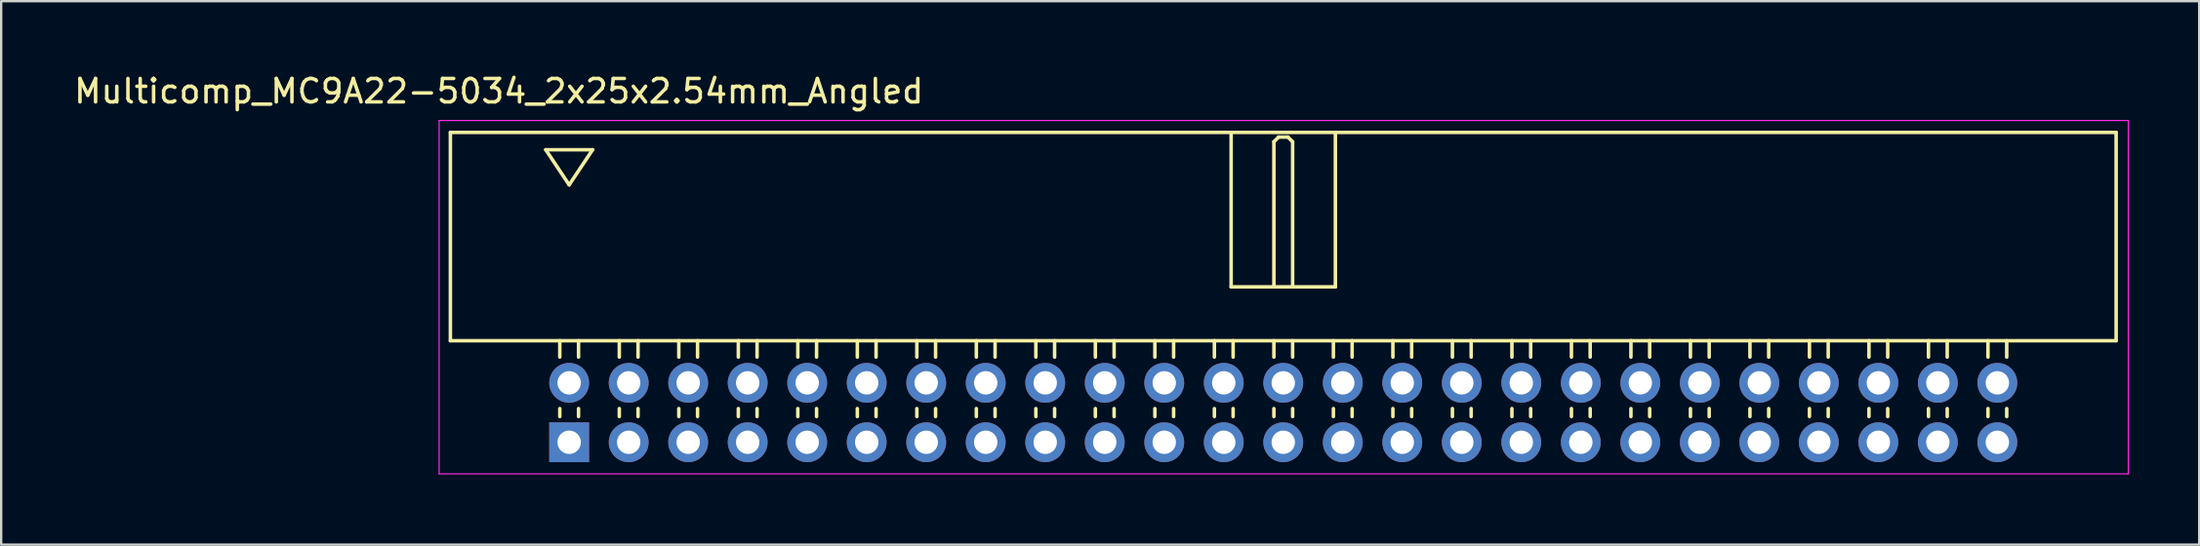
<source format=kicad_pcb>
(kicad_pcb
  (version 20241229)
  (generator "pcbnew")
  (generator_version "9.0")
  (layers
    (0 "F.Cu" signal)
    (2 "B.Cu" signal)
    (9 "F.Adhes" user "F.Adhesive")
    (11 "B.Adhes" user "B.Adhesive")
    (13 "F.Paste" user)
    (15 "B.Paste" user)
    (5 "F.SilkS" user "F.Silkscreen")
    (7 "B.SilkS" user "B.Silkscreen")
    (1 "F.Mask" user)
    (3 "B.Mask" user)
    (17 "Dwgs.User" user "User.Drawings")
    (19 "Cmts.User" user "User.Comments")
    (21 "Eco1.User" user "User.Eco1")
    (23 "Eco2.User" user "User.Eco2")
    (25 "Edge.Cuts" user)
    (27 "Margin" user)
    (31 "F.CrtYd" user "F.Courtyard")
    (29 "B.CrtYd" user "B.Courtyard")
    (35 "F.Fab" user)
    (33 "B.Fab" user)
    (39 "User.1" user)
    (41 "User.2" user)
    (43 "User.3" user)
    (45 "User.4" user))
  (footprint "Multicomp_MC9A22-5034_2x25x2.54mm_Angled"
    (layer "F.Cu")
    (at 21.244 15.848)
    (property "Reference" "Multicomp_MC9A22-5034_2x25x2.54mm_Angled" (at -3 -15 0) (layer "F.SilkS") (effects (font (size 1 1) (thickness 0.15))))
    (attr through_hole)
    (fp_line (start -5.07 -13.24) (end 66.03 -13.24) (stroke (width 0.15) (type solid)) (layer "F.SilkS"))
    (fp_line (start -5.07 -4.34) (end -5.07 -13.24) (stroke (width 0.15) (type solid)) (layer "F.SilkS"))
    (fp_line (start -1 -12.5) (end 1 -12.5) (stroke (width 0.15) (type solid)) (layer "F.SilkS"))
    (fp_line (start -0.4 -3.64) (end -0.4 -4.34) (stroke (width 0.15) (type solid)) (layer "F.SilkS"))
    (fp_line (start -0.4 -1.1) (end -0.4 -1.44) (stroke (width 0.15) (type solid)) (layer "F.SilkS"))
    (fp_line (start 0 -11) (end -1 -12.5) (stroke (width 0.15) (type solid)) (layer "F.SilkS"))
    (fp_line (start 0.4 -3.64) (end 0.4 -4.34) (stroke (width 0.15) (type solid)) (layer "F.SilkS"))
    (fp_line (start 0.4 -1.1) (end 0.4 -1.44) (stroke (width 0.15) (type solid)) (layer "F.SilkS"))
    (fp_line (start 1 -12.5) (end 0 -11) (stroke (width 0.15) (type solid)) (layer "F.SilkS"))
    (fp_line (start 2.14 -3.64) (end 2.14 -4.34) (stroke (width 0.15) (type solid)) (layer "F.SilkS"))
    (fp_line (start 2.14 -1.1) (end 2.14 -1.44) (stroke (width 0.15) (type solid)) (layer "F.SilkS"))
    (fp_line (start 2.94 -3.64) (end 2.94 -4.34) (stroke (width 0.15) (type solid)) (layer "F.SilkS"))
    (fp_line (start 2.94 -1.1) (end 2.94 -1.44) (stroke (width 0.15) (type solid)) (layer "F.SilkS"))
    (fp_line (start 4.68 -3.64) (end 4.68 -4.34) (stroke (width 0.15) (type solid)) (layer "F.SilkS"))
    (fp_line (start 4.68 -1.1) (end 4.68 -1.44) (stroke (width 0.15) (type solid)) (layer "F.SilkS"))
    (fp_line (start 5.48 -3.64) (end 5.48 -4.34) (stroke (width 0.15) (type solid)) (layer "F.SilkS"))
    (fp_line (start 5.48 -1.1) (end 5.48 -1.44) (stroke (width 0.15) (type solid)) (layer "F.SilkS"))
    (fp_line (start 7.22 -3.64) (end 7.22 -4.34) (stroke (width 0.15) (type solid)) (layer "F.SilkS"))
    (fp_line (start 7.22 -1.1) (end 7.22 -1.44) (stroke (width 0.15) (type solid)) (layer "F.SilkS"))
    (fp_line (start 8.02 -3.64) (end 8.02 -4.34) (stroke (width 0.15) (type solid)) (layer "F.SilkS"))
    (fp_line (start 8.02 -1.1) (end 8.02 -1.44) (stroke (width 0.15) (type solid)) (layer "F.SilkS"))
    (fp_line (start 9.76 -3.64) (end 9.76 -4.34) (stroke (width 0.15) (type solid)) (layer "F.SilkS"))
    (fp_line (start 9.76 -1.1) (end 9.76 -1.44) (stroke (width 0.15) (type solid)) (layer "F.SilkS"))
    (fp_line (start 10.56 -3.64) (end 10.56 -4.34) (stroke (width 0.15) (type solid)) (layer "F.SilkS"))
    (fp_line (start 10.56 -1.1) (end 10.56 -1.44) (stroke (width 0.15) (type solid)) (layer "F.SilkS"))
    (fp_line (start 12.3 -3.64) (end 12.3 -4.34) (stroke (width 0.15) (type solid)) (layer "F.SilkS"))
    (fp_line (start 12.3 -1.1) (end 12.3 -1.44) (stroke (width 0.15) (type solid)) (layer "F.SilkS"))
    (fp_line (start 13.1 -3.64) (end 13.1 -4.34) (stroke (width 0.15) (type solid)) (layer "F.SilkS"))
    (fp_line (start 13.1 -1.1) (end 13.1 -1.44) (stroke (width 0.15) (type solid)) (layer "F.SilkS"))
    (fp_line (start 14.84 -3.64) (end 14.84 -4.34) (stroke (width 0.15) (type solid)) (layer "F.SilkS"))
    (fp_line (start 14.84 -1.1) (end 14.84 -1.44) (stroke (width 0.15) (type solid)) (layer "F.SilkS"))
    (fp_line (start 15.64 -3.64) (end 15.64 -4.34) (stroke (width 0.15) (type solid)) (layer "F.SilkS"))
    (fp_line (start 15.64 -1.1) (end 15.64 -1.44) (stroke (width 0.15) (type solid)) (layer "F.SilkS"))
    (fp_line (start 17.38 -3.64) (end 17.38 -4.34) (stroke (width 0.15) (type solid)) (layer "F.SilkS"))
    (fp_line (start 17.38 -1.1) (end 17.38 -1.44) (stroke (width 0.15) (type solid)) (layer "F.SilkS"))
    (fp_line (start 18.18 -3.64) (end 18.18 -4.34) (stroke (width 0.15) (type solid)) (layer "F.SilkS"))
    (fp_line (start 18.18 -1.1) (end 18.18 -1.44) (stroke (width 0.15) (type solid)) (layer "F.SilkS"))
    (fp_line (start 19.92 -3.64) (end 19.92 -4.34) (stroke (width 0.15) (type solid)) (layer "F.SilkS"))
    (fp_line (start 19.92 -1.1) (end 19.92 -1.44) (stroke (width 0.15) (type solid)) (layer "F.SilkS"))
    (fp_line (start 20.72 -3.64) (end 20.72 -4.34) (stroke (width 0.15) (type solid)) (layer "F.SilkS"))
    (fp_line (start 20.72 -1.1) (end 20.72 -1.44) (stroke (width 0.15) (type solid)) (layer "F.SilkS"))
    (fp_line (start 22.46 -3.64) (end 22.46 -4.34) (stroke (width 0.15) (type solid)) (layer "F.SilkS"))
    (fp_line (start 22.46 -1.1) (end 22.46 -1.44) (stroke (width 0.15) (type solid)) (layer "F.SilkS"))
    (fp_line (start 23.26 -3.64) (end 23.26 -4.34) (stroke (width 0.15) (type solid)) (layer "F.SilkS"))
    (fp_line (start 23.26 -1.1) (end 23.26 -1.44) (stroke (width 0.15) (type solid)) (layer "F.SilkS"))
    (fp_line (start 25 -3.64) (end 25 -4.34) (stroke (width 0.15) (type solid)) (layer "F.SilkS"))
    (fp_line (start 25 -1.1) (end 25 -1.44) (stroke (width 0.15) (type solid)) (layer "F.SilkS"))
    (fp_line (start 25.8 -3.64) (end 25.8 -4.34) (stroke (width 0.15) (type solid)) (layer "F.SilkS"))
    (fp_line (start 25.8 -1.1) (end 25.8 -1.44) (stroke (width 0.15) (type solid)) (layer "F.SilkS"))
    (fp_line (start 27.54 -3.64) (end 27.54 -4.34) (stroke (width 0.15) (type solid)) (layer "F.SilkS"))
    (fp_line (start 27.54 -1.1) (end 27.54 -1.44) (stroke (width 0.15) (type solid)) (layer "F.SilkS"))
    (fp_line (start 28.255 -13.24) (end 28.255 -6.64) (stroke (width 0.15) (type solid)) (layer "F.SilkS"))
    (fp_line (start 28.255 -6.64) (end 32.705 -6.64) (stroke (width 0.15) (type solid)) (layer "F.SilkS"))
    (fp_line (start 28.34 -3.64) (end 28.34 -4.34) (stroke (width 0.15) (type solid)) (layer "F.SilkS"))
    (fp_line (start 28.34 -1.1) (end 28.34 -1.44) (stroke (width 0.15) (type solid)) (layer "F.SilkS"))
    (fp_line (start 30.08 -12.84) (end 30.28 -13.04) (stroke (width 0.15) (type solid)) (layer "F.SilkS"))
    (fp_line (start 30.08 -6.64) (end 30.08 -12.84) (stroke (width 0.15) (type solid)) (layer "F.SilkS"))
    (fp_line (start 30.08 -3.64) (end 30.08 -4.34) (stroke (width 0.15) (type solid)) (layer "F.SilkS"))
    (fp_line (start 30.08 -1.1) (end 30.08 -1.44) (stroke (width 0.15) (type solid)) (layer "F.SilkS"))
    (fp_line (start 30.28 -13.04) (end 30.68 -13.04) (stroke (width 0.15) (type solid)) (layer "F.SilkS"))
    (fp_line (start 30.68 -13.04) (end 30.88 -12.84) (stroke (width 0.15) (type solid)) (layer "F.SilkS"))
    (fp_line (start 30.88 -12.84) (end 30.88 -6.64) (stroke (width 0.15) (type solid)) (layer "F.SilkS"))
    (fp_line (start 30.88 -3.64) (end 30.88 -4.34) (stroke (width 0.15) (type solid)) (layer "F.SilkS"))
    (fp_line (start 30.88 -1.1) (end 30.88 -1.44) (stroke (width 0.15) (type solid)) (layer "F.SilkS"))
    (fp_line (start 32.62 -3.64) (end 32.62 -4.34) (stroke (width 0.15) (type solid)) (layer "F.SilkS"))
    (fp_line (start 32.62 -1.1) (end 32.62 -1.44) (stroke (width 0.15) (type solid)) (layer "F.SilkS"))
    (fp_line (start 32.705 -6.64) (end 32.705 -13.24) (stroke (width 0.15) (type solid)) (layer "F.SilkS"))
    (fp_line (start 33.42 -3.64) (end 33.42 -4.34) (stroke (width 0.15) (type solid)) (layer "F.SilkS"))
    (fp_line (start 33.42 -1.1) (end 33.42 -1.44) (stroke (width 0.15) (type solid)) (layer "F.SilkS"))
    (fp_line (start 35.16 -3.64) (end 35.16 -4.34) (stroke (width 0.15) (type solid)) (layer "F.SilkS"))
    (fp_line (start 35.16 -1.1) (end 35.16 -1.44) (stroke (width 0.15) (type solid)) (layer "F.SilkS"))
    (fp_line (start 35.96 -3.64) (end 35.96 -4.34) (stroke (width 0.15) (type solid)) (layer "F.SilkS"))
    (fp_line (start 35.96 -1.1) (end 35.96 -1.44) (stroke (width 0.15) (type solid)) (layer "F.SilkS"))
    (fp_line (start 37.7 -3.64) (end 37.7 -4.34) (stroke (width 0.15) (type solid)) (layer "F.SilkS"))
    (fp_line (start 37.7 -1.1) (end 37.7 -1.44) (stroke (width 0.15) (type solid)) (layer "F.SilkS"))
    (fp_line (start 38.5 -3.64) (end 38.5 -4.34) (stroke (width 0.15) (type solid)) (layer "F.SilkS"))
    (fp_line (start 38.5 -1.1) (end 38.5 -1.44) (stroke (width 0.15) (type solid)) (layer "F.SilkS"))
    (fp_line (start 40.24 -3.64) (end 40.24 -4.34) (stroke (width 0.15) (type solid)) (layer "F.SilkS"))
    (fp_line (start 40.24 -1.1) (end 40.24 -1.44) (stroke (width 0.15) (type solid)) (layer "F.SilkS"))
    (fp_line (start 41.04 -3.64) (end 41.04 -4.34) (stroke (width 0.15) (type solid)) (layer "F.SilkS"))
    (fp_line (start 41.04 -1.1) (end 41.04 -1.44) (stroke (width 0.15) (type solid)) (layer "F.SilkS"))
    (fp_line (start 42.78 -3.64) (end 42.78 -4.34) (stroke (width 0.15) (type solid)) (layer "F.SilkS"))
    (fp_line (start 42.78 -1.1) (end 42.78 -1.44) (stroke (width 0.15) (type solid)) (layer "F.SilkS"))
    (fp_line (start 43.58 -3.64) (end 43.58 -4.34) (stroke (width 0.15) (type solid)) (layer "F.SilkS"))
    (fp_line (start 43.58 -1.1) (end 43.58 -1.44) (stroke (width 0.15) (type solid)) (layer "F.SilkS"))
    (fp_line (start 45.32 -3.64) (end 45.32 -4.34) (stroke (width 0.15) (type solid)) (layer "F.SilkS"))
    (fp_line (start 45.32 -1.1) (end 45.32 -1.44) (stroke (width 0.15) (type solid)) (layer "F.SilkS"))
    (fp_line (start 46.12 -3.64) (end 46.12 -4.34) (stroke (width 0.15) (type solid)) (layer "F.SilkS"))
    (fp_line (start 46.12 -1.1) (end 46.12 -1.44) (stroke (width 0.15) (type solid)) (layer "F.SilkS"))
    (fp_line (start 47.86 -3.64) (end 47.86 -4.34) (stroke (width 0.15) (type solid)) (layer "F.SilkS"))
    (fp_line (start 47.86 -1.1) (end 47.86 -1.44) (stroke (width 0.15) (type solid)) (layer "F.SilkS"))
    (fp_line (start 48.66 -3.64) (end 48.66 -4.34) (stroke (width 0.15) (type solid)) (layer "F.SilkS"))
    (fp_line (start 48.66 -1.1) (end 48.66 -1.44) (stroke (width 0.15) (type solid)) (layer "F.SilkS"))
    (fp_line (start 50.4 -3.64) (end 50.4 -4.34) (stroke (width 0.15) (type solid)) (layer "F.SilkS"))
    (fp_line (start 50.4 -1.1) (end 50.4 -1.44) (stroke (width 0.15) (type solid)) (layer "F.SilkS"))
    (fp_line (start 51.2 -3.64) (end 51.2 -4.34) (stroke (width 0.15) (type solid)) (layer "F.SilkS"))
    (fp_line (start 51.2 -1.1) (end 51.2 -1.44) (stroke (width 0.15) (type solid)) (layer "F.SilkS"))
    (fp_line (start 52.94 -3.64) (end 52.94 -4.34) (stroke (width 0.15) (type solid)) (layer "F.SilkS"))
    (fp_line (start 52.94 -1.1) (end 52.94 -1.44) (stroke (width 0.15) (type solid)) (layer "F.SilkS"))
    (fp_line (start 53.74 -3.64) (end 53.74 -4.34) (stroke (width 0.15) (type solid)) (layer "F.SilkS"))
    (fp_line (start 53.74 -1.1) (end 53.74 -1.44) (stroke (width 0.15) (type solid)) (layer "F.SilkS"))
    (fp_line (start 55.48 -3.64) (end 55.48 -4.34) (stroke (width 0.15) (type solid)) (layer "F.SilkS"))
    (fp_line (start 55.48 -1.1) (end 55.48 -1.44) (stroke (width 0.15) (type solid)) (layer "F.SilkS"))
    (fp_line (start 56.28 -3.64) (end 56.28 -4.34) (stroke (width 0.15) (type solid)) (layer "F.SilkS"))
    (fp_line (start 56.28 -1.1) (end 56.28 -1.44) (stroke (width 0.15) (type solid)) (layer "F.SilkS"))
    (fp_line (start 58.02 -3.64) (end 58.02 -4.34) (stroke (width 0.15) (type solid)) (layer "F.SilkS"))
    (fp_line (start 58.02 -1.1) (end 58.02 -1.44) (stroke (width 0.15) (type solid)) (layer "F.SilkS"))
    (fp_line (start 58.82 -3.64) (end 58.82 -4.34) (stroke (width 0.15) (type solid)) (layer "F.SilkS"))
    (fp_line (start 58.82 -1.1) (end 58.82 -1.44) (stroke (width 0.15) (type solid)) (layer "F.SilkS"))
    (fp_line (start 60.56 -3.64) (end 60.56 -4.34) (stroke (width 0.15) (type solid)) (layer "F.SilkS"))
    (fp_line (start 60.56 -1.1) (end 60.56 -1.44) (stroke (width 0.15) (type solid)) (layer "F.SilkS"))
    (fp_line (start 61.36 -3.64) (end 61.36 -4.34) (stroke (width 0.15) (type solid)) (layer "F.SilkS"))
    (fp_line (start 61.36 -1.1) (end 61.36 -1.44) (stroke (width 0.15) (type solid)) (layer "F.SilkS"))
    (fp_line (start 66.03 -13.24) (end 66.03 -4.34) (stroke (width 0.15) (type solid)) (layer "F.SilkS"))
    (fp_line (start 66.03 -4.34) (end -5.07 -4.34) (stroke (width 0.15) (type solid)) (layer "F.SilkS"))
    (fp_line (start -5.55 -13.75) (end 66.55 -13.75) (stroke (width 0.05) (type solid)) (layer "F.CrtYd"))
    (fp_line (start -5.55 1.35) (end -5.55 -13.75) (stroke (width 0.05) (type solid)) (layer "F.CrtYd"))
    (fp_line (start 66.55 -13.75) (end 66.55 1.35) (stroke (width 0.05) (type solid)) (layer "F.CrtYd"))
    (fp_line (start 66.55 1.35) (end -5.55 1.35) (stroke (width 0.05) (type solid)) (layer "F.CrtYd"))
    (pad "1" thru_hole rect (at 0 0) (size 1.7 1.7) (drill 1) (layers "*.Cu" "*.Mask"))
    (pad "2" thru_hole circle (at 0 -2.54) (size 1.7 1.7) (drill 1) (layers "*.Cu" "*.Mask"))
    (pad "3" thru_hole circle (at 2.54 0) (size 1.7 1.7) (drill 1) (layers "*.Cu" "*.Mask"))
    (pad "4" thru_hole circle (at 2.54 -2.54) (size 1.7 1.7) (drill 1) (layers "*.Cu" "*.Mask"))
    (pad "5" thru_hole circle (at 5.08 0) (size 1.7 1.7) (drill 1) (layers "*.Cu" "*.Mask"))
    (pad "6" thru_hole circle (at 5.08 -2.54) (size 1.7 1.7) (drill 1) (layers "*.Cu" "*.Mask"))
    (pad "7" thru_hole circle (at 7.62 0) (size 1.7 1.7) (drill 1) (layers "*.Cu" "*.Mask"))
    (pad "8" thru_hole circle (at 7.62 -2.54) (size 1.7 1.7) (drill 1) (layers "*.Cu" "*.Mask"))
    (pad "9" thru_hole circle (at 10.16 0) (size 1.7 1.7) (drill 1) (layers "*.Cu" "*.Mask"))
    (pad "10" thru_hole circle (at 10.16 -2.54) (size 1.7 1.7) (drill 1) (layers "*.Cu" "*.Mask"))
    (pad "11" thru_hole circle (at 12.7 0) (size 1.7 1.7) (drill 1) (layers "*.Cu" "*.Mask"))
    (pad "12" thru_hole circle (at 12.7 -2.54) (size 1.7 1.7) (drill 1) (layers "*.Cu" "*.Mask"))
    (pad "13" thru_hole circle (at 15.24 0) (size 1.7 1.7) (drill 1) (layers "*.Cu" "*.Mask"))
    (pad "14" thru_hole circle (at 15.24 -2.54) (size 1.7 1.7) (drill 1) (layers "*.Cu" "*.Mask"))
    (pad "15" thru_hole circle (at 17.78 0) (size 1.7 1.7) (drill 1) (layers "*.Cu" "*.Mask"))
    (pad "16" thru_hole circle (at 17.78 -2.54) (size 1.7 1.7) (drill 1) (layers "*.Cu" "*.Mask"))
    (pad "17" thru_hole circle (at 20.32 0) (size 1.7 1.7) (drill 1) (layers "*.Cu" "*.Mask"))
    (pad "18" thru_hole circle (at 20.32 -2.54) (size 1.7 1.7) (drill 1) (layers "*.Cu" "*.Mask"))
    (pad "19" thru_hole circle (at 22.86 0) (size 1.7 1.7) (drill 1) (layers "*.Cu" "*.Mask"))
    (pad "20" thru_hole circle (at 22.86 -2.54) (size 1.7 1.7) (drill 1) (layers "*.Cu" "*.Mask"))
    (pad "21" thru_hole circle (at 25.4 0) (size 1.7 1.7) (drill 1) (layers "*.Cu" "*.Mask"))
    (pad "22" thru_hole circle (at 25.4 -2.54) (size 1.7 1.7) (drill 1) (layers "*.Cu" "*.Mask"))
    (pad "23" thru_hole circle (at 27.94 0) (size 1.7 1.7) (drill 1) (layers "*.Cu" "*.Mask"))
    (pad "24" thru_hole circle (at 27.94 -2.54) (size 1.7 1.7) (drill 1) (layers "*.Cu" "*.Mask"))
    (pad "25" thru_hole circle (at 30.48 0) (size 1.7 1.7) (drill 1) (layers "*.Cu" "*.Mask"))
    (pad "26" thru_hole circle (at 30.48 -2.54) (size 1.7 1.7) (drill 1) (layers "*.Cu" "*.Mask"))
    (pad "27" thru_hole circle (at 33.02 0) (size 1.7 1.7) (drill 1) (layers "*.Cu" "*.Mask"))
    (pad "28" thru_hole circle (at 33.02 -2.54) (size 1.7 1.7) (drill 1) (layers "*.Cu" "*.Mask"))
    (pad "29" thru_hole circle (at 35.56 0) (size 1.7 1.7) (drill 1) (layers "*.Cu" "*.Mask"))
    (pad "30" thru_hole circle (at 35.56 -2.54) (size 1.7 1.7) (drill 1) (layers "*.Cu" "*.Mask"))
    (pad "31" thru_hole circle (at 38.1 0) (size 1.7 1.7) (drill 1) (layers "*.Cu" "*.Mask"))
    (pad "32" thru_hole circle (at 38.1 -2.54) (size 1.7 1.7) (drill 1) (layers "*.Cu" "*.Mask"))
    (pad "33" thru_hole circle (at 40.64 0) (size 1.7 1.7) (drill 1) (layers "*.Cu" "*.Mask"))
    (pad "34" thru_hole circle (at 40.64 -2.54) (size 1.7 1.7) (drill 1) (layers "*.Cu" "*.Mask"))
    (pad "35" thru_hole circle (at 43.18 0) (size 1.7 1.7) (drill 1) (layers "*.Cu" "*.Mask"))
    (pad "36" thru_hole circle (at 43.18 -2.54) (size 1.7 1.7) (drill 1) (layers "*.Cu" "*.Mask"))
    (pad "37" thru_hole circle (at 45.72 0) (size 1.7 1.7) (drill 1) (layers "*.Cu" "*.Mask"))
    (pad "38" thru_hole circle (at 45.72 -2.54) (size 1.7 1.7) (drill 1) (layers "*.Cu" "*.Mask"))
    (pad "39" thru_hole circle (at 48.26 0) (size 1.7 1.7) (drill 1) (layers "*.Cu" "*.Mask"))
    (pad "40" thru_hole circle (at 48.26 -2.54) (size 1.7 1.7) (drill 1) (layers "*.Cu" "*.Mask"))
    (pad "41" thru_hole circle (at 50.8 0) (size 1.7 1.7) (drill 1) (layers "*.Cu" "*.Mask"))
    (pad "42" thru_hole circle (at 50.8 -2.54) (size 1.7 1.7) (drill 1) (layers "*.Cu" "*.Mask"))
    (pad "43" thru_hole circle (at 53.34 0) (size 1.7 1.7) (drill 1) (layers "*.Cu" "*.Mask"))
    (pad "44" thru_hole circle (at 53.34 -2.54) (size 1.7 1.7) (drill 1) (layers "*.Cu" "*.Mask"))
    (pad "45" thru_hole circle (at 55.88 0) (size 1.7 1.7) (drill 1) (layers "*.Cu" "*.Mask"))
    (pad "46" thru_hole circle (at 55.88 -2.54) (size 1.7 1.7) (drill 1) (layers "*.Cu" "*.Mask"))
    (pad "47" thru_hole circle (at 58.42 0) (size 1.7 1.7) (drill 1) (layers "*.Cu" "*.Mask"))
    (pad "48" thru_hole circle (at 58.42 -2.54) (size 1.7 1.7) (drill 1) (layers "*.Cu" "*.Mask"))
    (pad "49" thru_hole circle (at 60.96 0) (size 1.7 1.7) (drill 1) (layers "*.Cu" "*.Mask"))
    (pad "50" thru_hole circle (at 60.96 -2.54) (size 1.7 1.7) (drill 1) (layers "*.Cu" "*.Mask")))
  (gr_rect
    (start -3 -3)
    (end 90.819 20.223)
    (stroke (width 0.1) (type default))
    (fill no)
    (layer "Edge.Cuts")))
</source>
